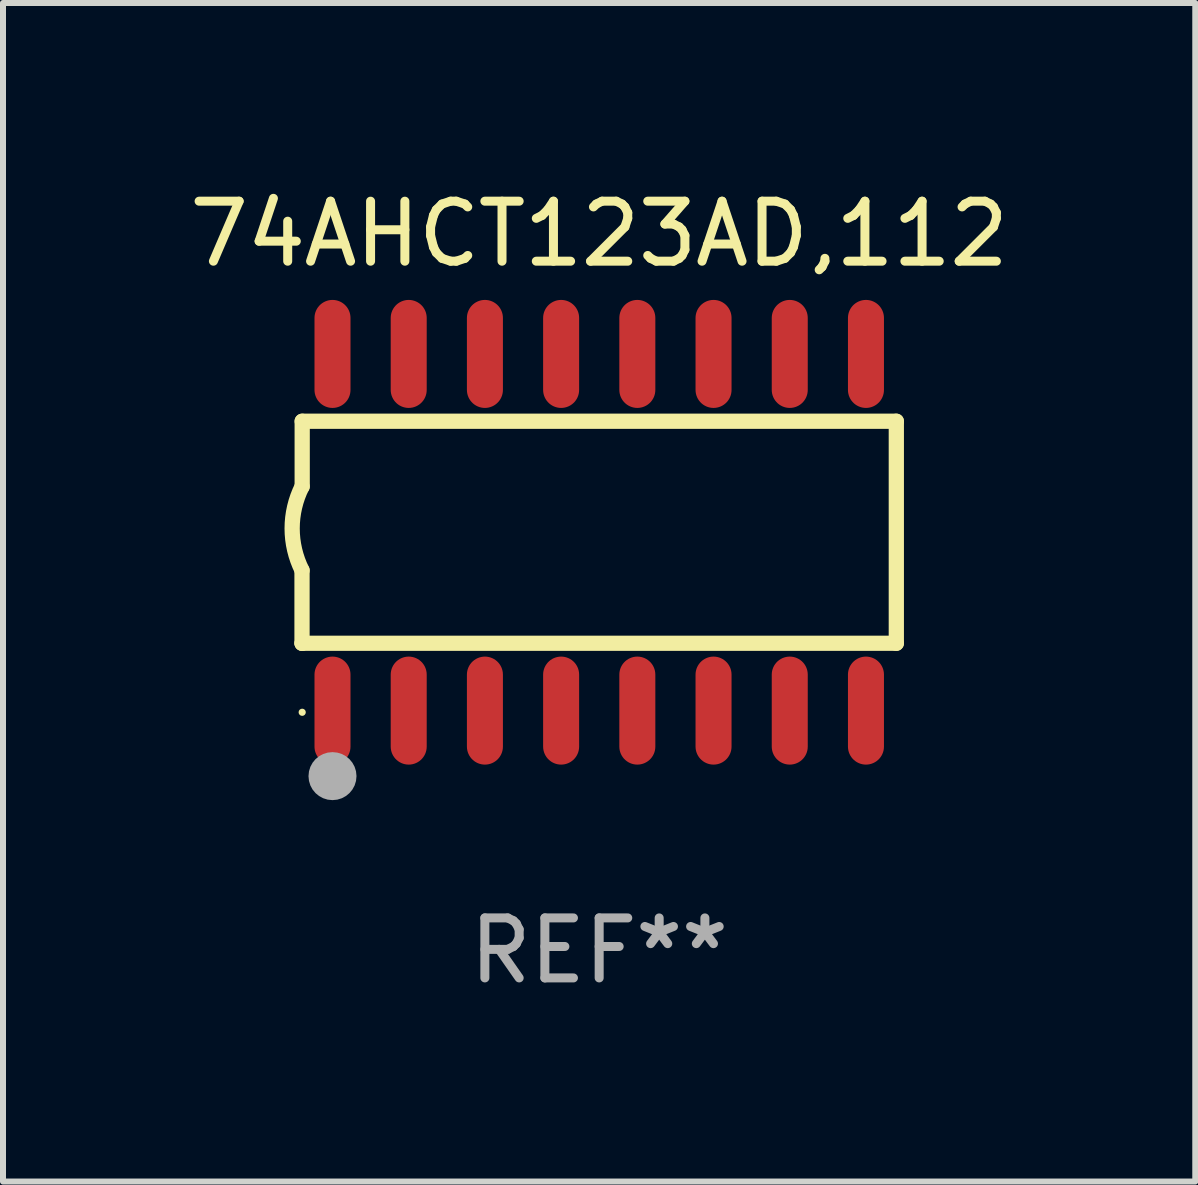
<source format=kicad_pcb>
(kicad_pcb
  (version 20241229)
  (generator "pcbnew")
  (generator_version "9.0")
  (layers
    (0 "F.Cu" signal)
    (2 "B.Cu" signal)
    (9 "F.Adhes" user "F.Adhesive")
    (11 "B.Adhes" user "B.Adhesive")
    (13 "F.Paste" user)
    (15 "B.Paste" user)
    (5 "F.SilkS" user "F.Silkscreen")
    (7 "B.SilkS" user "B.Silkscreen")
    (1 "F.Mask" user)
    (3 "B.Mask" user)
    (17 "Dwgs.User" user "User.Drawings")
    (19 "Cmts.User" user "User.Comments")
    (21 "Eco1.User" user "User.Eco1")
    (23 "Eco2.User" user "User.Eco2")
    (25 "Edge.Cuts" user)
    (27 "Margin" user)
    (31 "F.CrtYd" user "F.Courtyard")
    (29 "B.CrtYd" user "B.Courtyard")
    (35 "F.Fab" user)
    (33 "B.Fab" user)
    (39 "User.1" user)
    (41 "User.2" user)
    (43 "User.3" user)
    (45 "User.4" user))
  (footprint "74AHCT123AD,112"
    (layer "F.Cu")
    (at 6.935 5.82)
    (property "Reference" "74AHCT123AD,112" (at 0 -4.972 0) (layer "F.SilkS") (effects (font (size 1 1) (thickness 0.15))))
    (attr through_hole)
    (fp_line (start -4.952 0.635) (end -4.952 1.85) (stroke (width 0.254) (type solid)) (layer "F.SilkS"))
    (fp_line (start -4.952 1.85) (end -4.949 1.85) (stroke (width 0.254) (type solid)) (layer "F.SilkS"))
    (fp_line (start -4.949 -1.85) (end -4.949 -0.762) (stroke (width 0.254) (type solid)) (layer "F.SilkS"))
    (fp_line (start -4.949 1.85) (end 4.952 1.85) (stroke (width 0.254) (type solid)) (layer "F.SilkS"))
    (fp_line (start 4.952 -1.85) (end -4.949 -1.85) (stroke (width 0.254) (type solid)) (layer "F.SilkS"))
    (fp_line (start 4.952 1.85) (end 4.952 -1.85) (stroke (width 0.254) (type solid)) (layer "F.SilkS"))
    (fp_arc (start -4.951524 0.635001) (mid -5.116418 -0.0635) (end -4.951524 -0.762002) (stroke (width 0.254001) (type solid)) (layer "F.SilkS"))
    (fp_circle (center -4.949 3) (end -4.919 3) (stroke (width 0.06) (type solid)) (fill no) (layer "F.SilkS"))
    (fp_circle (center -4.444 4.064) (end -4.244 4.064) (stroke (width 0.4) (type solid)) (fill no) (layer "F.Fab"))
    (fp_text user "REF**" (at 0 6.972 0) (layer "F.Fab") (effects (font (size 1 1) (thickness 0.15))))
    (pad "1" smd oval (at -4.444 2.972 180) (size 0.6 1.8) (layers "F.Cu" "F.Mask" "F.Paste"))
    (pad "2" smd oval (at -3.174 2.972 180) (size 0.6 1.8) (layers "F.Cu" "F.Mask" "F.Paste"))
    (pad "3" smd oval (at -1.904 2.972 180) (size 0.6 1.8) (layers "F.Cu" "F.Mask" "F.Paste"))
    (pad "4" smd oval (at -0.634 2.972 180) (size 0.6 1.8) (layers "F.Cu" "F.Mask" "F.Paste"))
    (pad "5" smd oval (at 0.636 2.972 180) (size 0.6 1.8) (layers "F.Cu" "F.Mask" "F.Paste"))
    (pad "6" smd oval (at 1.906 2.972 180) (size 0.6 1.8) (layers "F.Cu" "F.Mask" "F.Paste"))
    (pad "7" smd oval (at 3.176 2.972 180) (size 0.6 1.8) (layers "F.Cu" "F.Mask" "F.Paste"))
    (pad "8" smd oval (at 4.446 2.972 180) (size 0.6 1.8) (layers "F.Cu" "F.Mask" "F.Paste"))
    (pad "9" smd oval (at 4.446 -2.972 180) (size 0.6 1.8) (layers "F.Cu" "F.Mask" "F.Paste"))
    (pad "10" smd oval (at 3.176 -2.972 180) (size 0.6 1.8) (layers "F.Cu" "F.Mask" "F.Paste"))
    (pad "11" smd oval (at 1.906 -2.972 180) (size 0.6 1.8) (layers "F.Cu" "F.Mask" "F.Paste"))
    (pad "12" smd oval (at 0.636 -2.972 180) (size 0.6 1.8) (layers "F.Cu" "F.Mask" "F.Paste"))
    (pad "13" smd oval (at -0.634 -2.972 180) (size 0.6 1.8) (layers "F.Cu" "F.Mask" "F.Paste"))
    (pad "14" smd oval (at -1.904 -2.972 180) (size 0.6 1.8) (layers "F.Cu" "F.Mask" "F.Paste"))
    (pad "15" smd oval (at -3.174 -2.972 180) (size 0.6 1.8) (layers "F.Cu" "F.Mask" "F.Paste"))
    (pad "16" smd oval (at -4.444 -2.972 180) (size 0.6 1.8) (layers "F.Cu" "F.Mask" "F.Paste")))
  (gr_rect
    (start -3 -3)
    (end 16.869 16.64)
    (stroke (width 0.1) (type default))
    (fill no)
    (layer "Edge.Cuts")))
</source>
